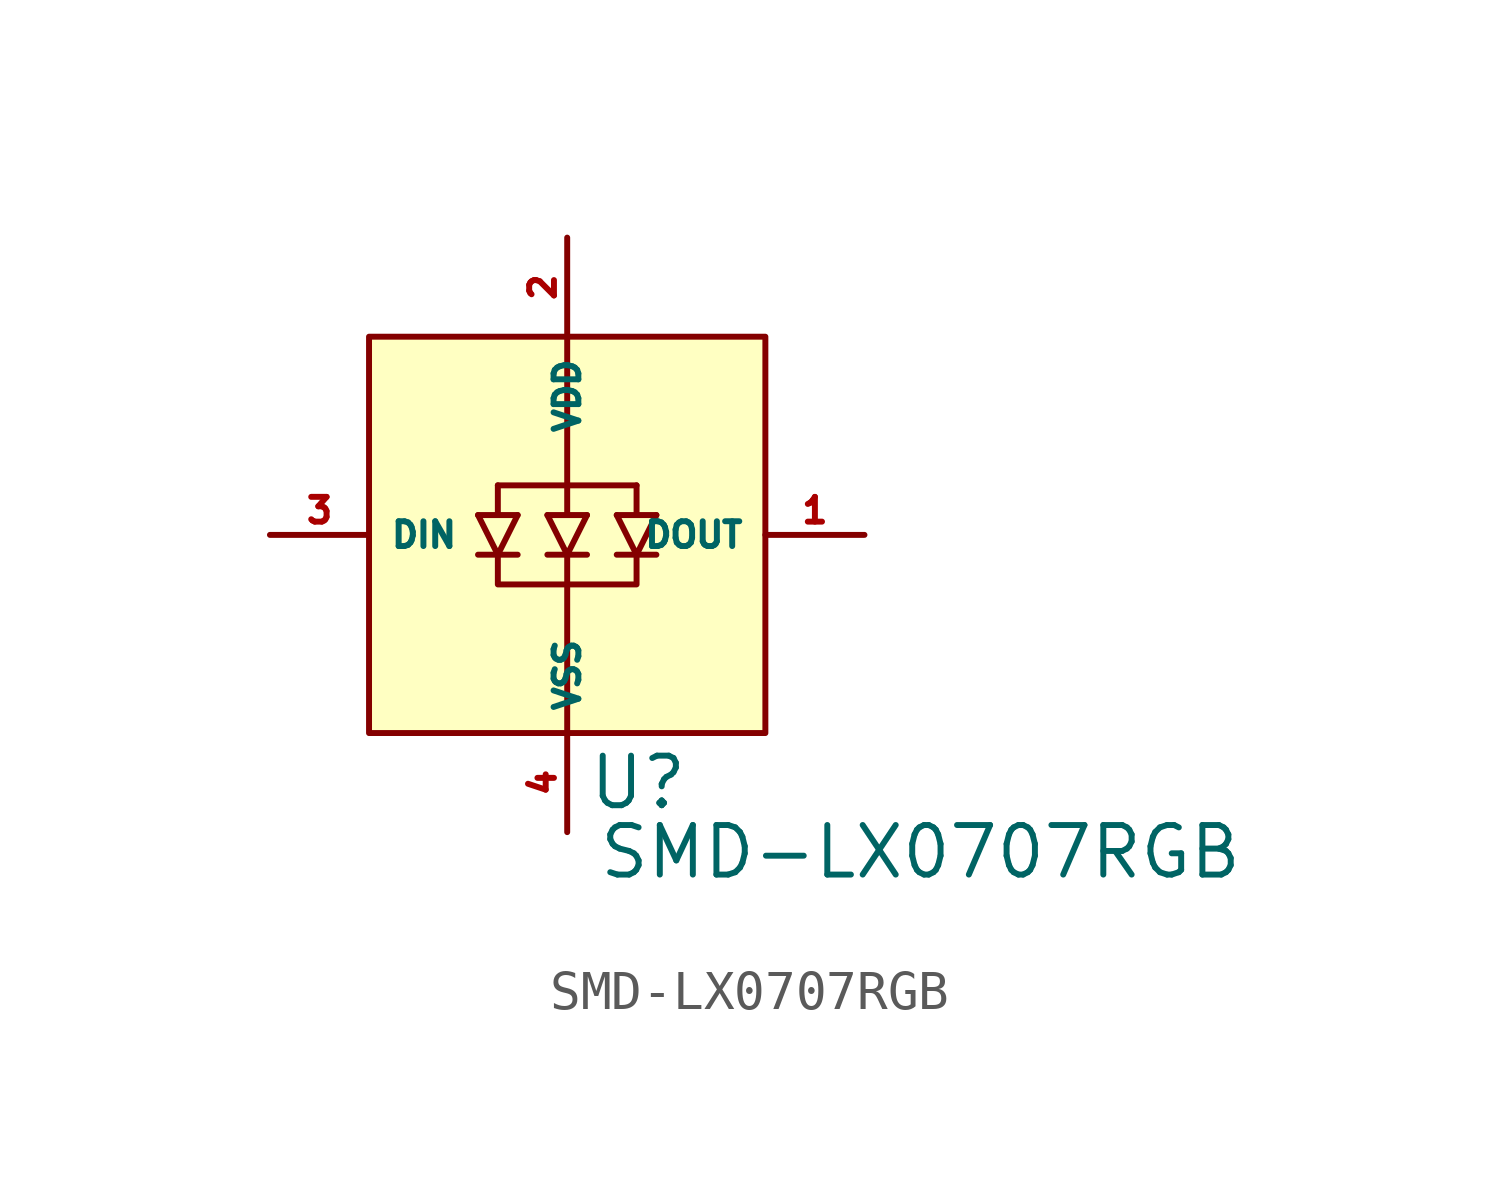
<source format=kicad_sym>
(kicad_symbol_lib
  (version 20220914)
  (generator kicad_symbol_editor)
  (symbol "SMD-LX0707RGB"
    (property "Reference" "U"
      (at 0.508 -6.35 0)
      (effects (font (size 1.27 1.27)) (justify left)))
    (property "Value" "SMD-LX0707RGB"
      (at 0.762 -8.128 0)
      (effects (font (size 1.27 1.27)) (justify left)))
    (symbol "SMD-LX0707RGB_0_1"
      (rectangle (start -5.08 5.08) (end 5.08 -5.08) (stroke (width 0) (type default)) (fill (type background)))
      (polyline (pts (xy -2.286 -0.508) (xy -1.27 -0.508)) (stroke (width 0) (type default)) (fill (type none)))
      (polyline (pts (xy -1.778 1.27) (xy -1.778 0.508)) (stroke (width 0) (type default)) (fill (type none)))
      (polyline (pts (xy -1.27 0.508) (xy -2.286 0.508)) (stroke (width 0) (type default)) (fill (type none)))
      (polyline (pts (xy -0.508 -0.508) (xy 0.508 -0.508)) (stroke (width 0) (type default)) (fill (type none)))
      (polyline (pts (xy 0 -1.27) (xy 0 -5.08)) (stroke (width 0) (type default)) (fill (type none)))
      (polyline (pts (xy 0 -0.508) (xy 0 -1.27)) (stroke (width 0) (type default)) (fill (type none)))
      (polyline (pts (xy 0 1.27) (xy -1.778 1.27)) (stroke (width 0) (type default)) (fill (type none)))
      (polyline (pts (xy 0 1.27) (xy 0 0.508)) (stroke (width 0) (type default)) (fill (type none)))
      (polyline (pts (xy 0 1.27) (xy 1.778 1.27)) (stroke (width 0) (type default)) (fill (type none)))
      (polyline (pts (xy 0 5.08) (xy 0 1.27)) (stroke (width 0) (type default)) (fill (type none)))
      (polyline (pts (xy 0.508 0.508) (xy -0.508 0.508)) (stroke (width 0) (type default)) (fill (type none)))
      (polyline (pts (xy 1.27 -0.508) (xy 2.286 -0.508)) (stroke (width 0) (type default)) (fill (type none)))
      (polyline (pts (xy 1.778 1.27) (xy 1.778 0.508)) (stroke (width 0) (type default)) (fill (type none)))
      (polyline (pts (xy 2.286 0.508) (xy 1.27 0.508)) (stroke (width 0) (type default)) (fill (type none)))
      (polyline (pts (xy -1.27 0.508) (xy -1.778 -0.508) (xy -2.286 0.508)) (stroke (width 0) (type default)) (fill (type none)))
      (polyline (pts (xy 0.508 0.508) (xy 0 -0.508) (xy -0.508 0.508)) (stroke (width 0) (type default)) (fill (type none)))
      (polyline (pts (xy 2.286 0.508) (xy 1.778 -0.508) (xy 1.27 0.508)) (stroke (width 0) (type default)) (fill (type none)))
      (polyline (pts (xy -1.778 -0.508) (xy -1.778 -1.27) (xy 1.778 -1.27) (xy 1.778 -0.508)) (stroke (width 0) (type default)) (fill (type none))))
    (symbol "SMD-LX0707RGB_1_1"
      (pin output line (at 7.62 0 180) (length 2.54) (name "DOUT" (effects (font (size 0.635 0.635)))) (number "1" (effects (font (size 0.635 0.635)))))
      (pin power_in line (at 0 7.62 270) (length 2.54) (name "VDD" (effects (font (size 0.635 0.635)))) (number "2" (effects (font (size 0.635 0.635)))))
      (pin input line (at -7.62 0 0) (length 2.54) (name "DIN" (effects (font (size 0.635 0.635)))) (number "3" (effects (font (size 0.635 0.635)))))
      (pin passive line (at 0 -7.62 90) (length 2.54) (name "VSS" (effects (font (size 0.635 0.635)))) (number "4" (effects (font (size 0.635 0.635))))))))
</source>
